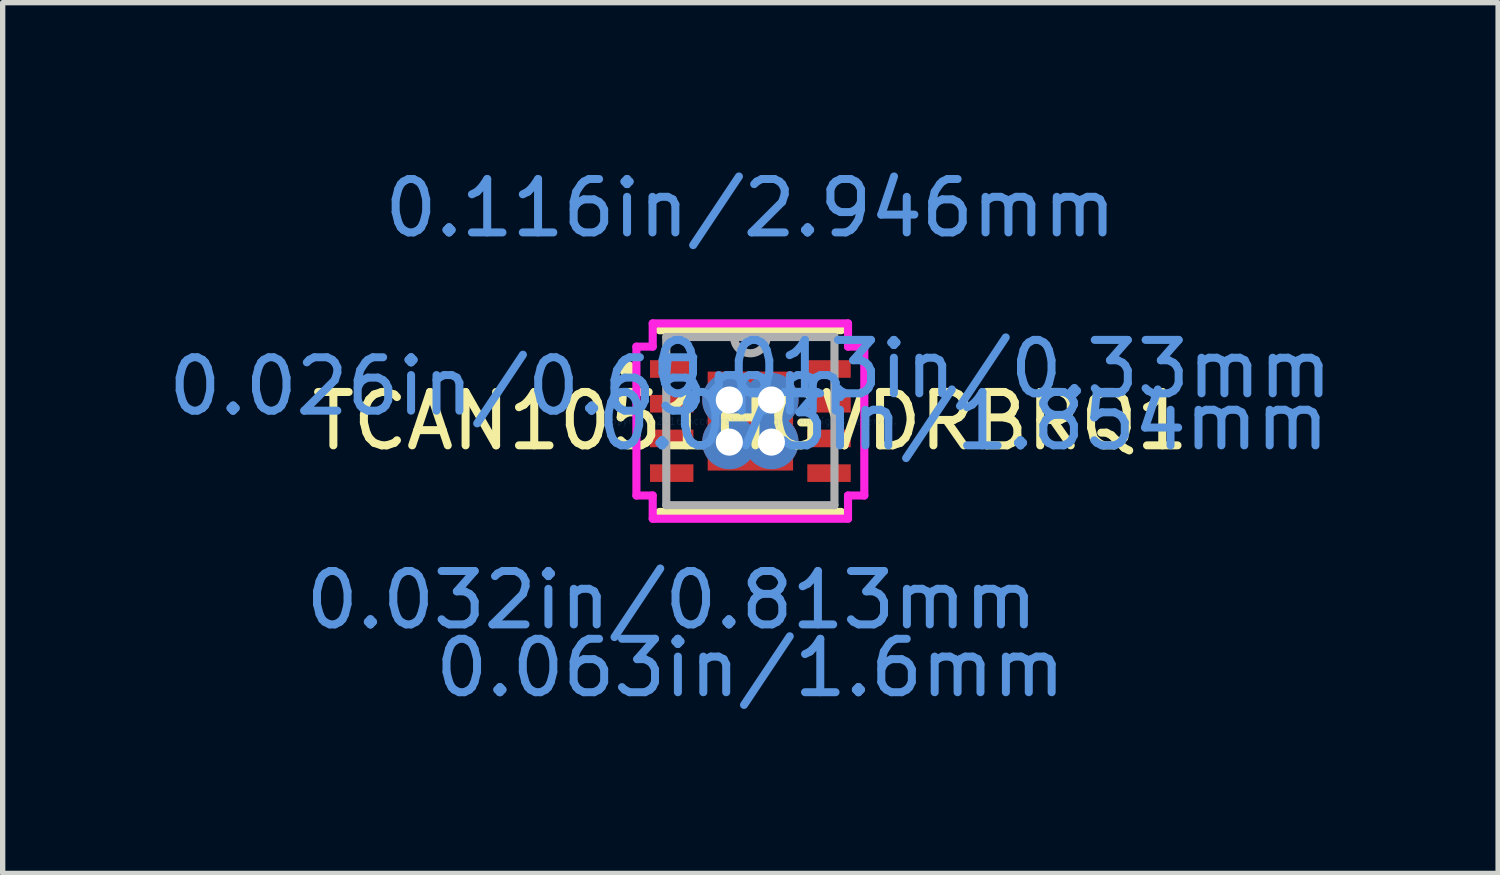
<source format=kicad_pcb>
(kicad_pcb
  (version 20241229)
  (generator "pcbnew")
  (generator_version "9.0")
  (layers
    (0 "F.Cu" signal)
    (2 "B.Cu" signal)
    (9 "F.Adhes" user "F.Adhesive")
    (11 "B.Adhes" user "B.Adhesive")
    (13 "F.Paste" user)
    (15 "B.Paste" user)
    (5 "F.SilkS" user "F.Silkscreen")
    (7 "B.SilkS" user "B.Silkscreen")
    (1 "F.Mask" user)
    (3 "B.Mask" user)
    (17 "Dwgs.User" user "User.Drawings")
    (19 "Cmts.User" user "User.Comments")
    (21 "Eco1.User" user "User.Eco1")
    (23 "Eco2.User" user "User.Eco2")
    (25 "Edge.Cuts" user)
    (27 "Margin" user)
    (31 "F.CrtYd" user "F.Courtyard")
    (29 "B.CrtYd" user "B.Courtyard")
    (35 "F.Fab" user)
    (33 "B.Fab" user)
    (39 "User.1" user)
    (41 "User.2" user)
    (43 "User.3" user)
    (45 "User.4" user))
  (footprint "TCAN1051HGVDRBRQ1"
    (layer "F.Cu")
    (at 11.003 4.836)
    (property "Reference" "TCAN1051HGVDRBRQ1" (at 0 0 0) (layer "F.SilkS") (effects (font (size 1 1) (thickness 0.15))))
    (attr through_hole)
    (fp_line (start -1.702 1.702) (end 1.702 1.702) (stroke (width 0.152) (type solid)) (layer "F.SilkS"))
    (fp_line (start 1.702 -1.702) (end -1.702 -1.702) (stroke (width 0.152) (type solid)) (layer "F.SilkS"))
    (fp_circle (center -2.306 -0.975) (end -2.23 -0.975) (stroke (width 0.152) (type solid)) (fill no) (layer "F.SilkS"))
    (fp_line (start -2.134 -1.394) (end -1.829 -1.394) (stroke (width 0.152) (type solid)) (layer "F.CrtYd"))
    (fp_line (start -2.134 1.394) (end -2.134 -1.394) (stroke (width 0.152) (type solid)) (layer "F.CrtYd"))
    (fp_line (start -2.134 1.394) (end -1.829 1.394) (stroke (width 0.152) (type solid)) (layer "F.CrtYd"))
    (fp_line (start -1.829 -1.829) (end 1.829 -1.829) (stroke (width 0.152) (type solid)) (layer "F.CrtYd"))
    (fp_line (start -1.829 -1.394) (end -1.829 -1.829) (stroke (width 0.152) (type solid)) (layer "F.CrtYd"))
    (fp_line (start -1.829 1.829) (end -1.829 1.394) (stroke (width 0.152) (type solid)) (layer "F.CrtYd"))
    (fp_line (start 1.829 -1.829) (end 1.829 -1.394) (stroke (width 0.152) (type solid)) (layer "F.CrtYd"))
    (fp_line (start 1.829 1.394) (end 1.829 1.829) (stroke (width 0.152) (type solid)) (layer "F.CrtYd"))
    (fp_line (start 1.829 1.829) (end -1.829 1.829) (stroke (width 0.152) (type solid)) (layer "F.CrtYd"))
    (fp_line (start 2.134 -1.394) (end 1.829 -1.394) (stroke (width 0.152) (type solid)) (layer "F.CrtYd"))
    (fp_line (start 2.134 -1.394) (end 2.134 1.394) (stroke (width 0.152) (type solid)) (layer "F.CrtYd"))
    (fp_line (start 2.134 1.394) (end 1.829 1.394) (stroke (width 0.152) (type solid)) (layer "F.CrtYd"))
    (fp_line (start -1.575 -1.575) (end -1.575 1.575) (stroke (width 0.152) (type solid)) (layer "F.Fab"))
    (fp_line (start -1.575 1.575) (end 1.575 1.575) (stroke (width 0.152) (type solid)) (layer "F.Fab"))
    (fp_line (start 1.575 -1.575) (end -1.575 -1.575) (stroke (width 0.152) (type solid)) (layer "F.Fab"))
    (fp_line (start 1.575 1.575) (end 1.575 -1.575) (stroke (width 0.152) (type solid)) (layer "F.Fab"))
    (fp_arc (start 0.3048 -1.5748) (mid 0 -1.27) (end -0.3048 -1.5748) (stroke (width 0.1524) (type solid)) (layer "F.Fab"))
    (fp_text user "0.013in/0.33mm" (at 4.521 -0.975 0) (layer "Cmts.User") (effects (font (size 1 1) (thickness 0.15))))
    (fp_text user "Copyright 2016 Accelerated Designs. All rights reserved." (at 0 0 0) (layer "Cmts.User") (effects (font (size 0.127 0.127) (thickness 0.002))))
    (fp_text user "0.116in/2.946mm" (at 0 -3.988 0) (layer "Cmts.User") (effects (font (size 1 1) (thickness 0.15))))
    (fp_text user "0.073in/1.854mm" (at 3.988 0 0) (layer "Cmts.User") (effects (font (size 1 1) (thickness 0.15))))
    (fp_text user "0.026in/0.65mm" (at -4.521 -0.65 0) (layer "Cmts.User") (effects (font (size 1 1) (thickness 0.15))))
    (fp_text user "0.063in/1.6mm" (at 0 4.623 0) (layer "Cmts.User") (effects (font (size 1 1) (thickness 0.15))))
    (fp_text user "0.032in/0.813mm" (at -1.473 3.353 0) (layer "Cmts.User") (effects (font (size 1 1) (thickness 0.15))))
    (pad "1" smd rect (at -1.473 -0.975) (size 0.813 0.33) (layers "F.Cu" "F.Mask" "F.Paste"))
    (pad "2" smd rect (at -1.473 -0.325) (size 0.813 0.33) (layers "F.Cu" "F.Mask" "F.Paste"))
    (pad "3" smd rect (at -1.473 0.325) (size 0.813 0.33) (layers "F.Cu" "F.Mask" "F.Paste"))
    (pad "4" smd rect (at -1.473 0.975) (size 0.813 0.33) (layers "F.Cu" "F.Mask" "F.Paste"))
    (pad "5" smd rect (at 1.473 0.975) (size 0.813 0.33) (layers "F.Cu" "F.Mask" "F.Paste"))
    (pad "6" smd rect (at 1.473 0.325) (size 0.813 0.33) (layers "F.Cu" "F.Mask" "F.Paste"))
    (pad "7" smd rect (at 1.473 -0.325) (size 0.813 0.33) (layers "F.Cu" "F.Mask" "F.Paste"))
    (pad "8" smd rect (at 1.473 -0.975) (size 0.813 0.33) (layers "F.Cu" "F.Mask" "F.Paste"))
    (pad "9" smd rect (at 0 0) (size 1.6 1.854) (layers "F.Cu" "F.Mask" "F.Paste"))
    (pad "V" thru_hole circle (at -0.394 -0.394) (size 1.016 1.016) (drill 0.508) (layers "*.Cu" "*.Mask"))
    (pad "V" thru_hole circle (at -0.394 0.394) (size 1.016 1.016) (drill 0.508) (layers "*.Cu" "*.Mask"))
    (pad "V" thru_hole circle (at 0.394 -0.394) (size 1.016 1.016) (drill 0.508) (layers "*.Cu" "*.Mask"))
    (pad "V" thru_hole circle (at 0.394 0.394) (size 1.016 1.016) (drill 0.508) (layers "*.Cu" "*.Mask")))
  (gr_rect
    (start -3 -3)
    (end 25.007 13.307)
    (stroke (width 0.1) (type default))
    (fill no)
    (layer "Edge.Cuts")))
</source>
